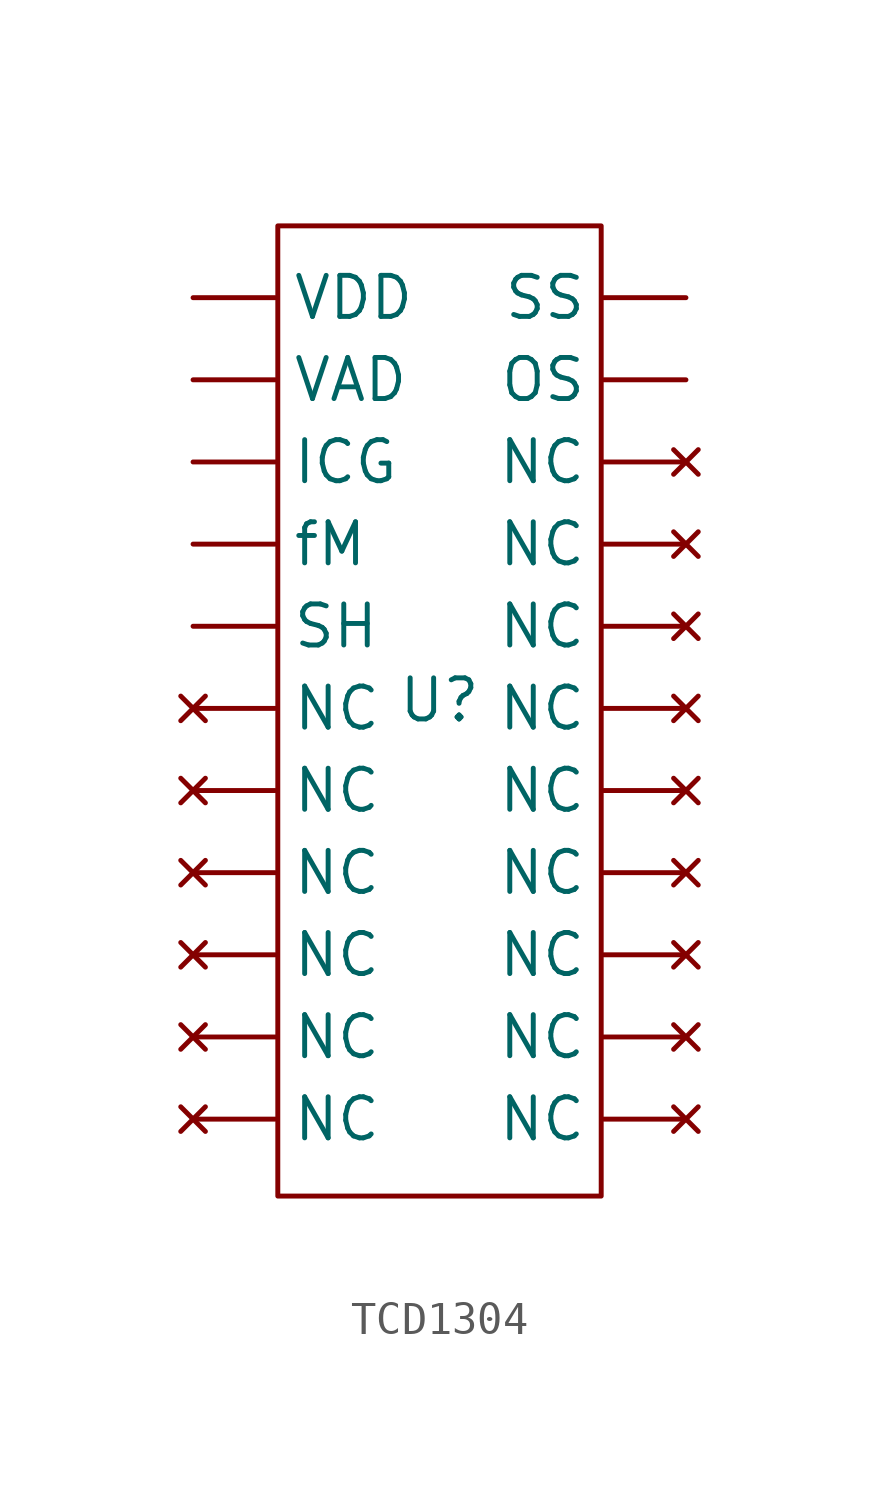
<source format=kicad_sym>
(kicad_symbol_lib
  (version 20241209)
  (generator "kicad_symbol_editor")
  (generator_version "9.0")
  (symbol "TCD1304"
    (property "Reference" "U"
      (at 0 5.334 0)
      (effects (font (size 1.27 1.27))))
    (property "Value" ""
      (at 0 0 0)
      (effects (font (size 1.27 1.27))))
    (symbol "TCD1304_0_1"
      (rectangle (start -5 20) (end 5 -10) (stroke (width 0) (type default)) (fill (type none))))
    (symbol "TCD1304_1_1"
      (pin power_in line (at -7.62 17.78 0) (length 2.54) (name "VDD" (effects (font (size 1.27 1.27)))) (number "" (effects (font (size 1.27 1.27)))))
      (pin power_in line (at -7.62 15.24 0) (length 2.54) (name "VAD" (effects (font (size 1.27 1.27)))) (number "" (effects (font (size 1.27 1.27)))))
      (pin input line (at -7.62 12.7 0) (length 2.54) (name "ICG" (effects (font (size 1.27 1.27)))) (number "" (effects (font (size 1.27 1.27)))))
      (pin input line (at -7.62 10.16 0) (length 2.54) (name "fM" (effects (font (size 1.27 1.27)))) (number "" (effects (font (size 1.27 1.27)))))
      (pin input line (at -7.62 7.62 0) (length 2.54) (name "SH" (effects (font (size 1.27 1.27)))) (number "" (effects (font (size 1.27 1.27)))))
      (pin no_connect line (at -7.62 5.08 0) (length 2.54) (name "NC" (effects (font (size 1.27 1.27)))) (number "" (effects (font (size 1.27 1.27)))))
      (pin no_connect line (at -7.62 2.54 0) (length 2.54) (name "NC" (effects (font (size 1.27 1.27)))) (number "" (effects (font (size 1.27 1.27)))))
      (pin no_connect line (at -7.62 0 0) (length 2.54) (name "NC" (effects (font (size 1.27 1.27)))) (number "" (effects (font (size 1.27 1.27)))))
      (pin no_connect line (at -7.62 -2.54 0) (length 2.54) (name "NC" (effects (font (size 1.27 1.27)))) (number "" (effects (font (size 1.27 1.27)))))
      (pin no_connect line (at -7.62 -5.08 0) (length 2.54) (name "NC" (effects (font (size 1.27 1.27)))) (number "" (effects (font (size 1.27 1.27)))))
      (pin no_connect line (at -7.62 -7.62 0) (length 2.54) (name "NC" (effects (font (size 1.27 1.27)))) (number "" (effects (font (size 1.27 1.27)))))
      (pin power_out line (at 7.62 17.78 180) (length 2.54) (name "SS" (effects (font (size 1.27 1.27)))) (number "" (effects (font (size 1.27 1.27)))))
      (pin output line (at 7.62 15.24 180) (length 2.54) (name "OS" (effects (font (size 1.27 1.27)))) (number "" (effects (font (size 1.27 1.27)))))
      (pin no_connect line (at 7.62 12.7 180) (length 2.54) (name "NC" (effects (font (size 1.27 1.27)))) (number "" (effects (font (size 1.27 1.27)))))
      (pin no_connect line (at 7.62 10.16 180) (length 2.54) (name "NC" (effects (font (size 1.27 1.27)))) (number "" (effects (font (size 1.27 1.27)))))
      (pin no_connect line (at 7.62 7.62 180) (length 2.54) (name "NC" (effects (font (size 1.27 1.27)))) (number "" (effects (font (size 1.27 1.27)))))
      (pin no_connect line (at 7.62 5.08 180) (length 2.54) (name "NC" (effects (font (size 1.27 1.27)))) (number "" (effects (font (size 1.27 1.27)))))
      (pin no_connect line (at 7.62 2.54 180) (length 2.54) (name "NC" (effects (font (size 1.27 1.27)))) (number "" (effects (font (size 1.27 1.27)))))
      (pin no_connect line (at 7.62 0 180) (length 2.54) (name "NC" (effects (font (size 1.27 1.27)))) (number "" (effects (font (size 1.27 1.27)))))
      (pin no_connect line (at 7.62 -2.54 180) (length 2.54) (name "NC" (effects (font (size 1.27 1.27)))) (number "" (effects (font (size 1.27 1.27)))))
      (pin no_connect line (at 7.62 -5.08 180) (length 2.54) (name "NC" (effects (font (size 1.27 1.27)))) (number "" (effects (font (size 1.27 1.27)))))
      (pin no_connect line (at 7.62 -7.62 180) (length 2.54) (name "NC" (effects (font (size 1.27 1.27)))) (number "" (effects (font (size 1.27 1.27))))))))
</source>
